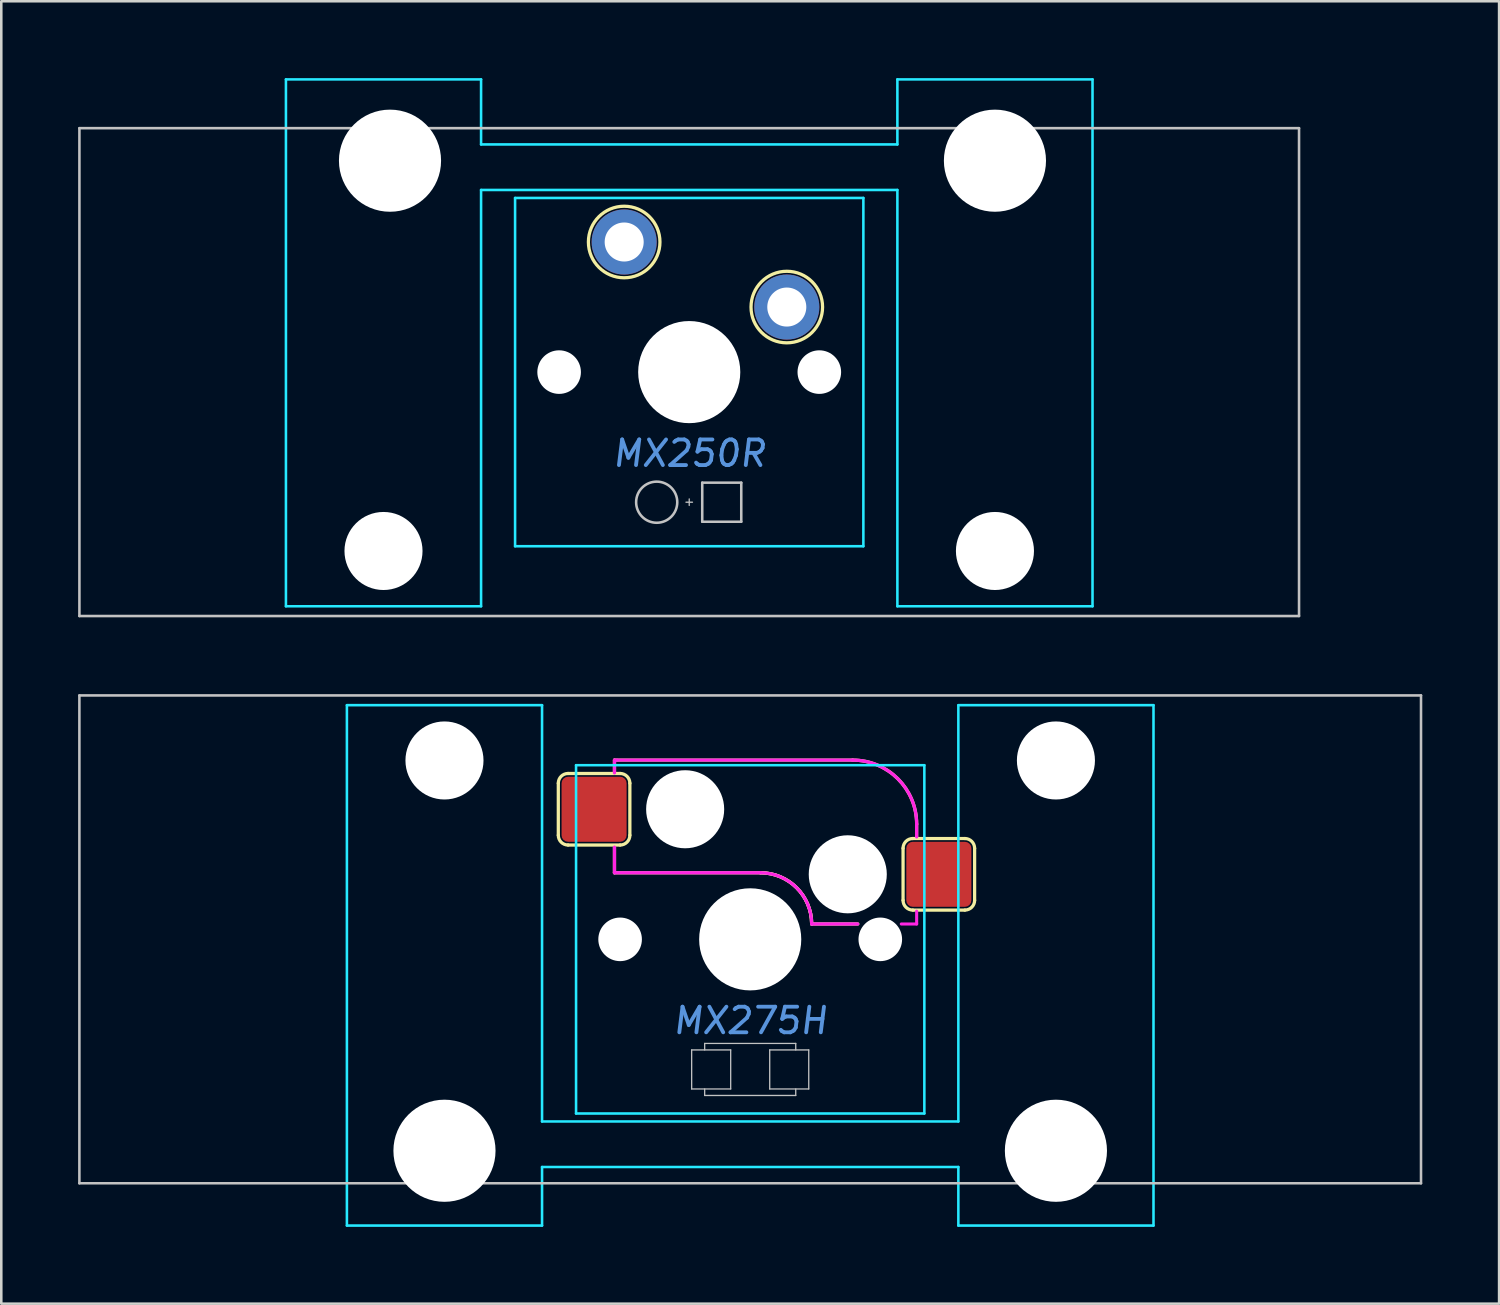
<source format=kicad_pcb>
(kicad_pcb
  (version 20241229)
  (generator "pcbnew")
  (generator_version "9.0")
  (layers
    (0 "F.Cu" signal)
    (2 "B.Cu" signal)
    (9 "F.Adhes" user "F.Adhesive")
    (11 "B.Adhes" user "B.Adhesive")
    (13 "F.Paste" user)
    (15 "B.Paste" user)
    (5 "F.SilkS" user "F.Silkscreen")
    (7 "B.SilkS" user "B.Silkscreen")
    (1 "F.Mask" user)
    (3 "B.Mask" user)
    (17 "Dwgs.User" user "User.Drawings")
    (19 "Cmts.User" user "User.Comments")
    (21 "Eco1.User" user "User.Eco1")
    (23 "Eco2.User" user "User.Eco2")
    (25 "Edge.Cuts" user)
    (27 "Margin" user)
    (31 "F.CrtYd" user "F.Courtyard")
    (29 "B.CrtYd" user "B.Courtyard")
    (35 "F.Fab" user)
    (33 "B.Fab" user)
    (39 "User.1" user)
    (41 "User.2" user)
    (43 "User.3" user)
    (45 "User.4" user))
  (footprint "MX275H"
    (layer "F.Cu")
    (at 26.244 33.63)
    (property "Reference" "MX275H" (at 0 3.175 0) (layer "Cmts.User") (effects (font (size 1 1) (thickness 0.15) (italic yes))))
    (attr through_hole)
    (fp_line (start -7.493 -6.096) (end -7.493 -4.064) (stroke (width 0.127) (type solid)) (layer "F.SilkS"))
    (fp_line (start -7.112 -3.683) (end -5.08 -3.683) (stroke (width 0.127) (type solid)) (layer "F.SilkS"))
    (fp_line (start -5.3 -7) (end -5.3 -6.5) (stroke (width 0.127) (type solid)) (layer "F.SilkS"))
    (fp_line (start -5.3 -3.6) (end -5.3 -2.6) (stroke (width 0.127) (type solid)) (layer "F.SilkS"))
    (fp_line (start -5.08 -6.477) (end -7.112 -6.477) (stroke (width 0.127) (type solid)) (layer "F.SilkS"))
    (fp_line (start -4.699 -4.064) (end -4.699 -6.096) (stroke (width 0.127) (type solid)) (layer "F.SilkS"))
    (fp_line (start 0.4 -2.6) (end -5.3 -2.6) (stroke (width 0.127) (type solid)) (layer "F.SilkS"))
    (fp_line (start 4 -7) (end -5.3 -7) (stroke (width 0.12) (type solid)) (layer "F.SilkS"))
    (fp_line (start 4.2 -0.6) (end 2.4 -0.6) (stroke (width 0.127) (type solid)) (layer "F.SilkS"))
    (fp_line (start 5.969 -3.556) (end 5.969 -1.524) (stroke (width 0.127) (type solid)) (layer "F.SilkS"))
    (fp_line (start 6.35 -1.143) (end 8.382 -1.143) (stroke (width 0.127) (type solid)) (layer "F.SilkS"))
    (fp_line (start 6.5 -4.5) (end 6.5 -4) (stroke (width 0.12) (type solid)) (layer "F.SilkS"))
    (fp_line (start 8.382 -3.937) (end 6.35 -3.937) (stroke (width 0.127) (type solid)) (layer "F.SilkS"))
    (fp_line (start 8.763 -1.524) (end 8.763 -3.556) (stroke (width 0.127) (type solid)) (layer "F.SilkS"))
    (fp_arc (start -7.493 -6.096) (mid -7.381408 -6.365408) (end -7.112 -6.477) (stroke (width 0.127) (type solid)) (layer "F.SilkS"))
    (fp_arc (start -7.112 -3.683) (mid -7.381408 -3.794592) (end -7.493 -4.064) (stroke (width 0.127) (type solid)) (layer "F.SilkS"))
    (fp_arc (start -5.08 -6.477) (mid -4.810592 -6.365408) (end -4.699 -6.096) (stroke (width 0.127) (type solid)) (layer "F.SilkS"))
    (fp_arc (start -4.699 -4.064) (mid -4.810592 -3.794592) (end -5.08 -3.683) (stroke (width 0.127) (type solid)) (layer "F.SilkS"))
    (fp_arc (start 0.4 -2.6) (mid 1.814214 -2.014214) (end 2.4 -0.6) (stroke (width 0.127) (type solid)) (layer "F.SilkS"))
    (fp_arc (start 0.4 -2.6) (mid 1.814214 -2.014214) (end 2.4 -0.6) (stroke (width 0.127) (type solid)) (layer "F.SilkS"))
    (fp_arc (start 4 -7) (mid 5.767767 -6.267767) (end 6.5 -4.5) (stroke (width 0.127) (type solid)) (layer "F.SilkS"))
    (fp_arc (start 5.969 -3.556) (mid 6.080592 -3.825408) (end 6.35 -3.937) (stroke (width 0.127) (type solid)) (layer "F.SilkS"))
    (fp_arc (start 6.35 -1.143) (mid 6.080592 -1.254592) (end 5.969 -1.524) (stroke (width 0.127) (type solid)) (layer "F.SilkS"))
    (fp_arc (start 8.382 -3.937) (mid 8.651408 -3.825408) (end 8.763 -3.556) (stroke (width 0.127) (type solid)) (layer "F.SilkS"))
    (fp_arc (start 8.763 -1.524) (mid 8.651408 -1.254592) (end 8.382 -1.143) (stroke (width 0.127) (type solid)) (layer "F.SilkS"))
    (fp_line (start -26.194 -9.525) (end -26.194 9.525) (stroke (width 0.1) (type solid)) (layer "Dwgs.User"))
    (fp_line (start -26.194 -9.525) (end 26.194 -9.525) (stroke (width 0.1) (type solid)) (layer "Dwgs.User"))
    (fp_line (start -26.194 9.525) (end 26.194 9.525) (stroke (width 0.1) (type solid)) (layer "Dwgs.User"))
    (fp_line (start -2.286 4.318) (end -0.762 4.318) (stroke (width 0.051) (type solid)) (layer "Dwgs.User"))
    (fp_line (start -2.286 5.842) (end -2.286 4.318) (stroke (width 0.051) (type solid)) (layer "Dwgs.User"))
    (fp_line (start -1.778 4.064) (end 1.778 4.064) (stroke (width 0.051) (type solid)) (layer "Dwgs.User"))
    (fp_line (start -1.778 4.318) (end -1.778 4.064) (stroke (width 0.051) (type solid)) (layer "Dwgs.User"))
    (fp_line (start -1.778 6.096) (end -1.778 5.842) (stroke (width 0.051) (type solid)) (layer "Dwgs.User"))
    (fp_line (start -0.762 4.318) (end -0.762 5.842) (stroke (width 0.051) (type solid)) (layer "Dwgs.User"))
    (fp_line (start -0.762 5.842) (end -2.286 5.842) (stroke (width 0.051) (type solid)) (layer "Dwgs.User"))
    (fp_line (start 0.762 4.318) (end 2.286 4.318) (stroke (width 0.051) (type solid)) (layer "Dwgs.User"))
    (fp_line (start 0.762 5.842) (end 0.762 4.318) (stroke (width 0.051) (type solid)) (layer "Dwgs.User"))
    (fp_line (start 1.778 4.064) (end 1.778 4.318) (stroke (width 0.051) (type solid)) (layer "Dwgs.User"))
    (fp_line (start 1.778 5.842) (end 1.778 6.096) (stroke (width 0.051) (type solid)) (layer "Dwgs.User"))
    (fp_line (start 1.778 6.096) (end -1.778 6.096) (stroke (width 0.051) (type solid)) (layer "Dwgs.User"))
    (fp_line (start 2.286 4.318) (end 2.286 5.842) (stroke (width 0.051) (type solid)) (layer "Dwgs.User"))
    (fp_line (start 2.286 5.842) (end 0.762 5.842) (stroke (width 0.051) (type solid)) (layer "Dwgs.User"))
    (fp_line (start 26.194 -9.525) (end 26.194 9.525) (stroke (width 0.1) (type solid)) (layer "Dwgs.User"))
    (fp_line (start -15.748 -9.144) (end -15.748 11.176) (stroke (width 0.1) (type solid)) (layer "B.CrtYd"))
    (fp_line (start -15.748 11.176) (end -8.128 11.176) (stroke (width 0.1) (type solid)) (layer "B.CrtYd"))
    (fp_line (start -8.128 -9.144) (end -15.748 -9.144) (stroke (width 0.1) (type solid)) (layer "B.CrtYd"))
    (fp_line (start -8.128 7.112) (end -8.128 -9.144) (stroke (width 0.1) (type solid)) (layer "B.CrtYd"))
    (fp_line (start -8.128 7.112) (end 8.128 7.112) (stroke (width 0.1) (type solid)) (layer "B.CrtYd"))
    (fp_line (start -8.128 8.89) (end -8.128 11.176) (stroke (width 0.1) (type solid)) (layer "B.CrtYd"))
    (fp_line (start -8.128 8.89) (end 8.128 8.89) (stroke (width 0.1) (type solid)) (layer "B.CrtYd"))
    (fp_line (start -6.8 -6.8) (end -6.8 6.8) (stroke (width 0.1) (type solid)) (layer "B.CrtYd"))
    (fp_line (start 6.8 -6.8) (end -6.8 -6.8) (stroke (width 0.1) (type solid)) (layer "B.CrtYd"))
    (fp_line (start 6.8 -6.8) (end 6.8 6.8) (stroke (width 0.1) (type solid)) (layer "B.CrtYd"))
    (fp_line (start 6.8 6.8) (end -6.8 6.8) (stroke (width 0.1) (type solid)) (layer "B.CrtYd"))
    (fp_line (start 8.128 -9.144) (end 15.748 -9.144) (stroke (width 0.1) (type solid)) (layer "B.CrtYd"))
    (fp_line (start 8.128 7.112) (end 8.128 -9.142) (stroke (width 0.1) (type solid)) (layer "B.CrtYd"))
    (fp_line (start 8.128 8.89) (end 8.128 11.176) (stroke (width 0.1) (type solid)) (layer "B.CrtYd"))
    (fp_line (start 15.748 11.176) (end 8.128 11.176) (stroke (width 0.1) (type solid)) (layer "B.CrtYd"))
    (fp_line (start 15.748 11.176) (end 15.748 -9.144) (stroke (width 0.1) (type solid)) (layer "B.CrtYd"))
    (fp_line (start -5.3 -7) (end -5.3 -6.5) (stroke (width 0.127) (type solid)) (layer "F.CrtYd"))
    (fp_line (start -5.3 -3.6) (end -5.3 -2.6) (stroke (width 0.127) (type solid)) (layer "F.CrtYd"))
    (fp_line (start -5.2 -7) (end -5.3 -7) (stroke (width 0.12) (type solid)) (layer "F.CrtYd"))
    (fp_line (start 0.4 -2.6) (end -5.3 -2.6) (stroke (width 0.127) (type solid)) (layer "F.CrtYd"))
    (fp_line (start 4 -7) (end -5.2 -7) (stroke (width 0.12) (type solid)) (layer "F.CrtYd"))
    (fp_line (start 4.2 -0.6) (end 2.4 -0.6) (stroke (width 0.127) (type solid)) (layer "F.CrtYd"))
    (fp_line (start 6.5 -4.5) (end 6.5 -4) (stroke (width 0.127) (type solid)) (layer "F.CrtYd"))
    (fp_line (start 6.5 -1.1) (end 6.5 -0.6) (stroke (width 0.12) (type solid)) (layer "F.CrtYd"))
    (fp_line (start 6.5 -0.6) (end 5.9 -0.6) (stroke (width 0.12) (type solid)) (layer "F.CrtYd"))
    (fp_arc (start 0.4 -2.6) (mid 1.814214 -2.014214) (end 2.4 -0.6) (stroke (width 0.127) (type solid)) (layer "F.CrtYd"))
    (fp_arc (start 4 -7) (mid 5.767767 -6.267767) (end 6.5 -4.5) (stroke (width 0.127) (type solid)) (layer "F.CrtYd"))
    (pad "" np_thru_hole circle (at -11.938 -6.985) (size 3.048 3.048) (drill 3.048) (layers "*.Cu" "*.Mask"))
    (pad "" np_thru_hole circle (at -11.938 8.255) (size 3.988 3.988) (drill 3.988) (layers "*.Cu" "*.Mask"))
    (pad "" np_thru_hole circle (at -5.08 0) (size 1.702 1.702) (drill 1.702) (layers "*.Cu" "*.Mask"))
    (pad "" np_thru_hole circle (at -2.54 -5.08) (size 3.048 3.048) (drill 3.048) (layers "*.Cu" "*.Mask"))
    (pad "" np_thru_hole circle (at 0 0) (size 3.988 3.988) (drill 3.988) (layers "*.Cu" "*.Mask"))
    (pad "" np_thru_hole circle (at 3.81 -2.54) (size 3.048 3.048) (drill 3.048) (layers "*.Cu" "*.Mask"))
    (pad "" np_thru_hole circle (at 5.08 0) (size 1.702 1.702) (drill 1.702) (layers "*.Cu" "*.Mask"))
    (pad "" np_thru_hole circle (at 11.938 -6.985) (size 3.048 3.048) (drill 3.048) (layers "*.Cu" "*.Mask"))
    (pad "" np_thru_hole circle (at 11.938 8.255) (size 3.988 3.988) (drill 3.988) (layers "*.Cu" "*.Mask"))
    (pad "1" smd roundrect (at -6.096 -5.08) (size 2.54 2.54) (layers "F.Cu" "F.Mask") (roundrect_rratio 0.1))
    (pad "2" smd roundrect (at 7.366 -2.54) (size 2.54 2.54) (layers "F.Cu" "F.Mask") (roundrect_rratio 0.1)))
  (footprint "MX250R"
    (layer "F.Cu")
    (at 23.863 11.48)
    (property "Reference" "MX250R" (at 0 3.175 0) (layer "Cmts.User") (effects (font (size 1 1) (thickness 0.15) (italic yes))))
    (attr through_hole)
    (fp_circle (center -2.54 -5.08) (end -1.143 -5.08) (stroke (width 0.127) (type solid)) (fill no) (layer "F.SilkS"))
    (fp_circle (center 3.81 -2.54) (end 5.207 -2.54) (stroke (width 0.127) (type solid)) (fill no) (layer "F.SilkS"))
    (fp_line (start -23.812 -9.525) (end -23.812 9.525) (stroke (width 0.1) (type solid)) (layer "Dwgs.User"))
    (fp_line (start -23.812 -9.525) (end 23.812 -9.525) (stroke (width 0.1) (type solid)) (layer "Dwgs.User"))
    (fp_line (start -23.812 9.525) (end 23.812 9.525) (stroke (width 0.1) (type solid)) (layer "Dwgs.User"))
    (fp_line (start -0.127 5.08) (end 0.127 5.08) (stroke (width 0.05) (type solid)) (layer "Dwgs.User"))
    (fp_line (start 0 5.207) (end 0 4.953) (stroke (width 0.05) (type solid)) (layer "Dwgs.User"))
    (fp_line (start 0.508 4.318) (end 0.508 5.842) (stroke (width 0.1) (type solid)) (layer "Dwgs.User"))
    (fp_line (start 0.508 4.318) (end 2.032 4.318) (stroke (width 0.1) (type solid)) (layer "Dwgs.User"))
    (fp_line (start 0.508 5.842) (end 2.032 5.842) (stroke (width 0.1) (type solid)) (layer "Dwgs.User"))
    (fp_line (start 2.032 5.842) (end 2.032 4.318) (stroke (width 0.1) (type solid)) (layer "Dwgs.User"))
    (fp_line (start 23.812 -9.525) (end 23.812 9.525) (stroke (width 0.1) (type solid)) (layer "Dwgs.User"))
    (fp_circle (center -1.27 5.08) (end -0.467 5.08) (stroke (width 0.1) (type solid)) (fill no) (layer "Dwgs.User"))
    (fp_line (start -15.748 -11.43) (end -8.128 -11.43) (stroke (width 0.1) (type solid)) (layer "B.CrtYd"))
    (fp_line (start -15.748 9.144) (end -15.748 -11.43) (stroke (width 0.1) (type solid)) (layer "B.CrtYd"))
    (fp_line (start -8.128 -11.43) (end -8.128 -8.89) (stroke (width 0.1) (type solid)) (layer "B.CrtYd"))
    (fp_line (start -8.128 9.144) (end -15.748 9.144) (stroke (width 0.1) (type solid)) (layer "B.CrtYd"))
    (fp_line (start -8.128 9.144) (end -8.128 -7.112) (stroke (width 0.1) (type solid)) (layer "B.CrtYd"))
    (fp_line (start -6.8 6.8) (end -6.8 -6.8) (stroke (width 0.1) (type solid)) (layer "B.CrtYd"))
    (fp_line (start 6.8 -6.8) (end -6.8 -6.8) (stroke (width 0.1) (type solid)) (layer "B.CrtYd"))
    (fp_line (start 6.8 6.8) (end -6.8 6.8) (stroke (width 0.1) (type solid)) (layer "B.CrtYd"))
    (fp_line (start 6.8 6.8) (end 6.8 -6.8) (stroke (width 0.1) (type solid)) (layer "B.CrtYd"))
    (fp_line (start 8.128 -11.43) (end 8.128 -8.89) (stroke (width 0.1) (type solid)) (layer "B.CrtYd"))
    (fp_line (start 8.128 -11.43) (end 15.748 -11.43) (stroke (width 0.1) (type solid)) (layer "B.CrtYd"))
    (fp_line (start 8.128 -8.89) (end -8.128 -8.89) (stroke (width 0.1) (type solid)) (layer "B.CrtYd"))
    (fp_line (start 8.128 -7.112) (end -8.128 -7.112) (stroke (width 0.1) (type solid)) (layer "B.CrtYd"))
    (fp_line (start 8.128 9.144) (end 8.128 -7.112) (stroke (width 0.1) (type solid)) (layer "B.CrtYd"))
    (fp_line (start 15.748 -11.43) (end 15.748 9.144) (stroke (width 0.1) (type solid)) (layer "B.CrtYd"))
    (fp_line (start 15.748 9.144) (end 8.128 9.144) (stroke (width 0.1) (type solid)) (layer "B.CrtYd"))
    (pad "" np_thru_hole circle (at -11.938 6.985 180) (size 3.048 3.048) (drill 3.048) (layers "*.Cu" "*.Mask"))
    (pad "" np_thru_hole circle (at -11.684 -8.255 180) (size 3.988 3.988) (drill 3.988) (layers "*.Cu" "*.Mask"))
    (pad "" np_thru_hole circle (at -5.08 0) (size 1.702 1.702) (drill 1.702) (layers "*.Cu" "*.Mask"))
    (pad "" np_thru_hole circle (at 0 0) (size 3.988 3.988) (drill 3.988) (layers "*.Cu" "*.Mask"))
    (pad "" np_thru_hole circle (at 5.08 0) (size 1.702 1.702) (drill 1.702) (layers "*.Cu" "*.Mask"))
    (pad "" np_thru_hole circle (at 11.938 -8.255 180) (size 3.988 3.988) (drill 3.988) (layers "*.Cu" "*.Mask"))
    (pad "" np_thru_hole circle (at 11.938 6.985 180) (size 3.048 3.048) (drill 3.048) (layers "*.Cu" "*.Mask"))
    (pad "1" thru_hole circle (at -2.54 -5.08) (size 2.54 2.54) (drill 1.524) (layers "*.Cu" "*.Mask"))
    (pad "2" thru_hole circle (at 3.81 -2.54) (size 2.54 2.54) (drill 1.524) (layers "*.Cu" "*.Mask")))
  (gr_rect
    (start -3 -3)
    (end 55.487 47.856)
    (stroke (width 0.1) (type default))
    (fill no)
    (layer "Edge.Cuts")))
</source>
